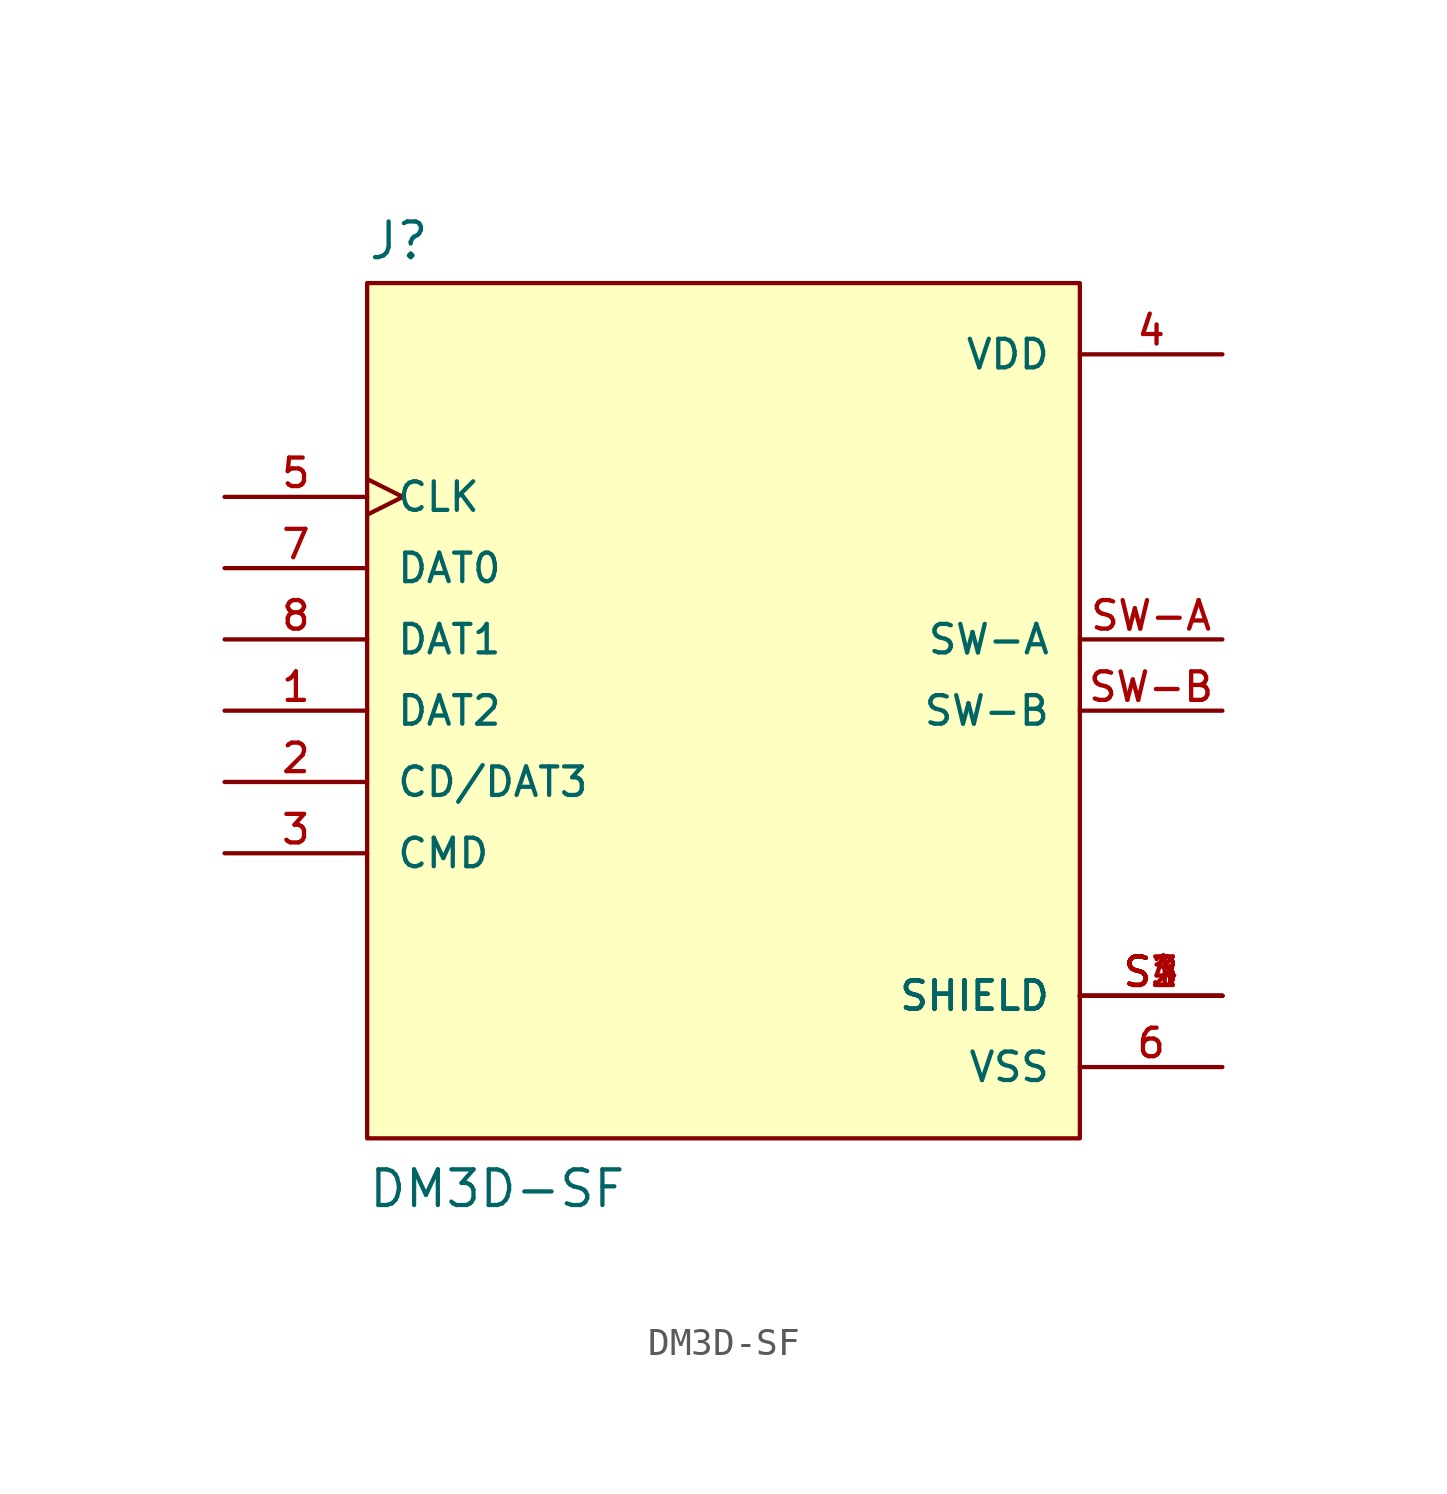
<source format=kicad_sym>
(kicad_symbol_lib
  (version 20211014)
  (generator kicad_symbol_editor)
  (symbol "DM3D-SF"
    (pin_names
      (offset 1.016))
    (property "Reference" "J"
      (at -12.7 16.002 0)
      (effects (font (size 1.27 1.27)) (justify bottom left)))
    (property "Value" "DM3D-SF"
      (at -12.7 -17.78 0)
      (effects (font (size 1.27 1.27)) (justify bottom left)))
    (symbol "DM3D-SF_0_0"
      (rectangle (start -12.7 -15.24) (end 12.7 15.24) (stroke (width 0.152)) (fill (type background)))
      (pin bidirectional line (at -17.78 2.54 0) (length 5.08) (name "DAT1" (effects (font (size 1.016 1.016)))) (number "8" (effects (font (size 1.016 1.016)))))
      (pin bidirectional line (at -17.78 5.08 0) (length 5.08) (name "DAT0" (effects (font (size 1.016 1.016)))) (number "7" (effects (font (size 1.016 1.016)))))
      (pin power_in line (at 17.78 -12.7 180.0) (length 5.08) (name "VSS" (effects (font (size 1.016 1.016)))) (number "6" (effects (font (size 1.016 1.016)))))
      (pin bidirectional clock (at -17.78 7.62 0) (length 5.08) (name "CLK" (effects (font (size 1.016 1.016)))) (number "5" (effects (font (size 1.016 1.016)))))
      (pin power_in line (at 17.78 12.7 180.0) (length 5.08) (name "VDD" (effects (font (size 1.016 1.016)))) (number "4" (effects (font (size 1.016 1.016)))))
      (pin bidirectional line (at -17.78 -5.08 0) (length 5.08) (name "CMD" (effects (font (size 1.016 1.016)))) (number "3" (effects (font (size 1.016 1.016)))))
      (pin bidirectional line (at -17.78 -2.54 0) (length 5.08) (name "CD/DAT3" (effects (font (size 1.016 1.016)))) (number "2" (effects (font (size 1.016 1.016)))))
      (pin bidirectional line (at -17.78 0.0 0) (length 5.08) (name "DAT2" (effects (font (size 1.016 1.016)))) (number "1" (effects (font (size 1.016 1.016)))))
      (pin passive line (at 17.78 -10.16 180.0) (length 5.08) (name "SHIELD" (effects (font (size 1.016 1.016)))) (number "S1" (effects (font (size 1.016 1.016)))))
      (pin passive line (at 17.78 -10.16 180.0) (length 5.08) (name "SHIELD" (effects (font (size 1.016 1.016)))) (number "S2" (effects (font (size 1.016 1.016)))))
      (pin passive line (at 17.78 -10.16 180.0) (length 5.08) (name "SHIELD" (effects (font (size 1.016 1.016)))) (number "S3" (effects (font (size 1.016 1.016)))))
      (pin passive line (at 17.78 -10.16 180.0) (length 5.08) (name "SHIELD" (effects (font (size 1.016 1.016)))) (number "S4" (effects (font (size 1.016 1.016)))))
      (pin bidirectional line (at 17.78 2.54 180.0) (length 5.08) (name "SW-A" (effects (font (size 1.016 1.016)))) (number "SW-A" (effects (font (size 1.016 1.016)))))
      (pin bidirectional line (at 17.78 0.0 180.0) (length 5.08) (name "SW-B" (effects (font (size 1.016 1.016)))) (number "SW-B" (effects (font (size 1.016 1.016))))))))
</source>
